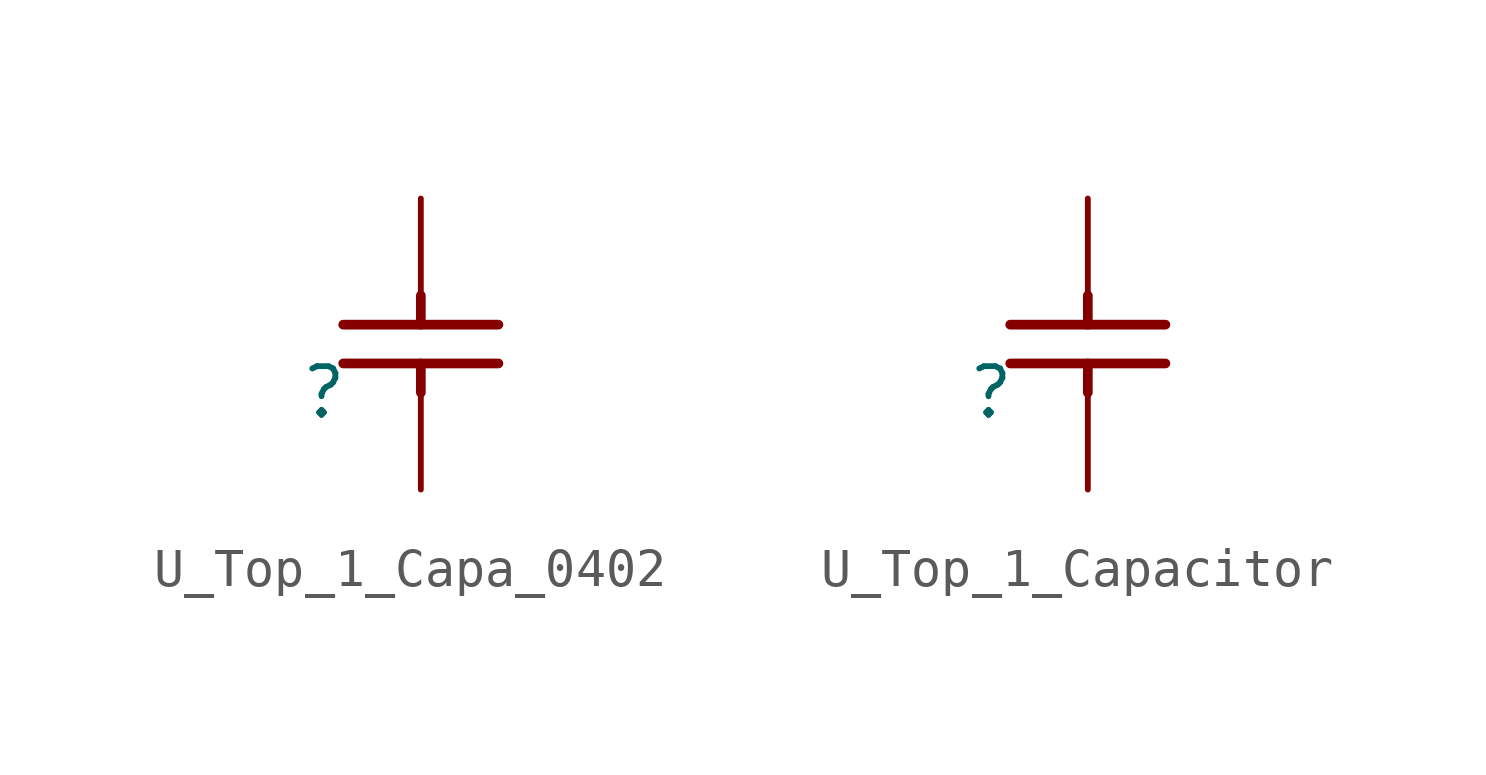
<source format=kicad_sym>
(kicad_symbol_lib
  (version 20231120)
  (generator "kicad_symbol_editor")
  (generator_version "8.0")
  (symbol "U_Top_1_Capa_0402"
    (property "Reference" ""
      (at 0 0 0)
      (effects (font (size 1.27 1.27))))
    (property "Value" ""
      (at 0 0 0)
      (effects (font (size 1.27 1.27))))
    (symbol "U_Top_1_Capa_0402_1_0"
      (polyline (pts (xy 0.508 1.778) (xy 4.572 1.778)) (stroke (width 0.254) (type solid)) (fill (type none)))
      (polyline (pts (xy 2.54 0) (xy 2.54 0.762)) (stroke (width 0.254) (type solid)) (fill (type none)))
      (polyline (pts (xy 2.54 2.54) (xy 2.54 1.778)) (stroke (width 0.254) (type solid)) (fill (type none)))
      (polyline (pts (xy 4.572 0.762) (xy 0.508 0.762)) (stroke (width 0.254) (type solid)) (fill (type none)))
      (pin passive line (at 2.54 -2.54 90) (length 2.54) (name "1" (effects (font (size 0 0)))) (number "1" (effects (font (size 0 0)))))
      (pin passive line (at 2.54 5.08 270) (length 2.54) (name "2" (effects (font (size 0 0)))) (number "2" (effects (font (size 0 0)))))))
  (symbol "U_Top_1_Capacitor"
    (property "Reference" ""
      (at 0 0 0)
      (effects (font (size 1.27 1.27))))
    (property "Value" ""
      (at 0 0 0)
      (effects (font (size 1.27 1.27))))
    (symbol "U_Top_1_Capacitor_1_0"
      (polyline (pts (xy 0.508 1.778) (xy 4.572 1.778)) (stroke (width 0.254) (type solid)) (fill (type none)))
      (polyline (pts (xy 2.54 0) (xy 2.54 0.762)) (stroke (width 0.254) (type solid)) (fill (type none)))
      (polyline (pts (xy 2.54 2.54) (xy 2.54 1.778)) (stroke (width 0.254) (type solid)) (fill (type none)))
      (polyline (pts (xy 4.572 0.762) (xy 0.508 0.762)) (stroke (width 0.254) (type solid)) (fill (type none)))
      (pin passive line (at 2.54 -2.54 90) (length 2.54) (name "1" (effects (font (size 0 0)))) (number "1" (effects (font (size 0 0)))))
      (pin passive line (at 2.54 5.08 270) (length 2.54) (name "2" (effects (font (size 0 0)))) (number "2" (effects (font (size 0 0))))))))
</source>
